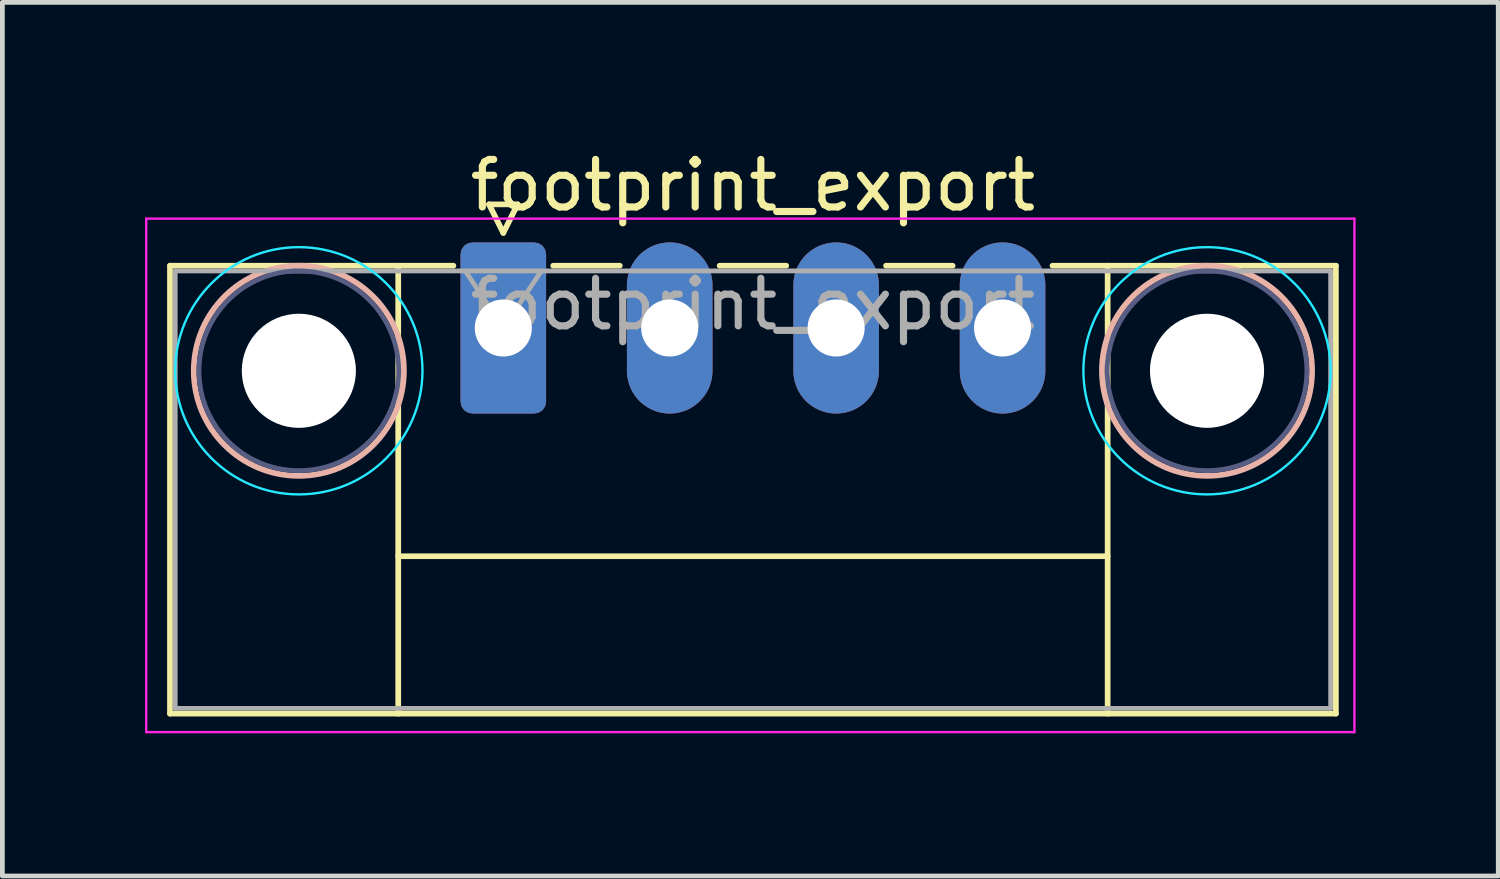
<source format=kicad_pcb>
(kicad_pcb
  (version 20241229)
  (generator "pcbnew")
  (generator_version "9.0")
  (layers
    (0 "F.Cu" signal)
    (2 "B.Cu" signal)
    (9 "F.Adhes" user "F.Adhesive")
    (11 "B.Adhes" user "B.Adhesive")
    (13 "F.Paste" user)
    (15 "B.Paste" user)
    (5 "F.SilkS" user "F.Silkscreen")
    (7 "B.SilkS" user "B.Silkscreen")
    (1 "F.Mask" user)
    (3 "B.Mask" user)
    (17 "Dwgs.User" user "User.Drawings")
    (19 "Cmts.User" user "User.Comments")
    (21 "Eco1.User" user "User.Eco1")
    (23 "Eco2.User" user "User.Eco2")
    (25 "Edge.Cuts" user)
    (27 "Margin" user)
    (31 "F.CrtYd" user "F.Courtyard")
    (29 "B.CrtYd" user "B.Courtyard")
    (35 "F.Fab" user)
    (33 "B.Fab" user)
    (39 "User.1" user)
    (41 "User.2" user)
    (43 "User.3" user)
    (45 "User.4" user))
  (footprint "footprint_export"
    (layer "F.Cu")
    (at 7.535 3.848)
    (property "Reference" "footprint_export" (at 5.25 -3 0) (layer "F.SilkS") (effects (font (size 1 1) (thickness 0.15))))
    (attr through_hole)
    (fp_line (start -7.01 -1.31) (end -7.01 8.11) (stroke (width 0.12) (type solid)) (layer "F.SilkS"))
    (fp_line (start -7.01 -1.31) (end -1.05 -1.31) (stroke (width 0.12) (type solid)) (layer "F.SilkS"))
    (fp_line (start -7.01 8.11) (end 17.51 8.11) (stroke (width 0.12) (type solid)) (layer "F.SilkS"))
    (fp_line (start -2.21 -1.31) (end -2.21 8.11) (stroke (width 0.12) (type solid)) (layer "F.SilkS"))
    (fp_line (start -2.21 4.8) (end 12.71 4.8) (stroke (width 0.12) (type solid)) (layer "F.SilkS"))
    (fp_line (start -0.3 -2.6) (end 0.3 -2.6) (stroke (width 0.12) (type solid)) (layer "F.SilkS"))
    (fp_line (start 0 -2) (end -0.3 -2.6) (stroke (width 0.12) (type solid)) (layer "F.SilkS"))
    (fp_line (start 0.3 -2.6) (end 0 -2) (stroke (width 0.12) (type solid)) (layer "F.SilkS"))
    (fp_line (start 1.05 -1.31) (end 2.45 -1.31) (stroke (width 0.12) (type solid)) (layer "F.SilkS"))
    (fp_line (start 4.55 -1.31) (end 5.95 -1.31) (stroke (width 0.12) (type solid)) (layer "F.SilkS"))
    (fp_line (start 8.05 -1.31) (end 9.45 -1.31) (stroke (width 0.12) (type solid)) (layer "F.SilkS"))
    (fp_line (start 12.71 -1.31) (end 12.71 8.11) (stroke (width 0.12) (type solid)) (layer "F.SilkS"))
    (fp_line (start 17.51 -1.31) (end 11.55 -1.31) (stroke (width 0.12) (type solid)) (layer "F.SilkS"))
    (fp_line (start 17.51 8.11) (end 17.51 -1.31) (stroke (width 0.12) (type solid)) (layer "F.SilkS"))
    (fp_circle (center -4.3 0.9) (end -2.09 0.9) (stroke (width 0.12) (type solid)) (fill no) (layer "B.SilkS"))
    (fp_circle (center 14.8 0.9) (end 17.01 0.9) (stroke (width 0.12) (type solid)) (fill no) (layer "B.SilkS"))
    (fp_circle (center -4.3 0.9) (end -1.7 0.9) (stroke (width 0.05) (type solid)) (fill no) (layer "B.CrtYd"))
    (fp_circle (center 14.8 0.9) (end 17.4 0.9) (stroke (width 0.05) (type solid)) (fill no) (layer "B.CrtYd"))
    (fp_line (start -7.51 -2.3) (end -7.51 8.5) (stroke (width 0.05) (type solid)) (layer "F.CrtYd"))
    (fp_line (start -7.51 8.5) (end 17.9 8.5) (stroke (width 0.05) (type solid)) (layer "F.CrtYd"))
    (fp_line (start 17.9 -2.3) (end -7.51 -2.3) (stroke (width 0.05) (type solid)) (layer "F.CrtYd"))
    (fp_line (start 17.9 8.5) (end 17.9 -2.3) (stroke (width 0.05) (type solid)) (layer "F.CrtYd"))
    (fp_circle (center -4.3 0.9) (end -2.2 0.9) (stroke (width 0.1) (type solid)) (fill no) (layer "B.Fab"))
    (fp_circle (center 14.8 0.9) (end 16.9 0.9) (stroke (width 0.1) (type solid)) (fill no) (layer "B.Fab"))
    (fp_line (start -6.9 -1.2) (end -6.9 8) (stroke (width 0.1) (type solid)) (layer "F.Fab"))
    (fp_line (start -6.9 8) (end 17.4 8) (stroke (width 0.1) (type solid)) (layer "F.Fab"))
    (fp_line (start 0 0) (end -0.8 -1.2) (stroke (width 0.1) (type solid)) (layer "F.Fab"))
    (fp_line (start 0.8 -1.2) (end 0 0) (stroke (width 0.1) (type solid)) (layer "F.Fab"))
    (fp_line (start 17.4 -1.2) (end -6.9 -1.2) (stroke (width 0.1) (type solid)) (layer "F.Fab"))
    (fp_line (start 17.4 8) (end 17.4 -1.2) (stroke (width 0.1) (type solid)) (layer "F.Fab"))
    (fp_text user "${REFERENCE}" (at 5.25 -0.5 0) (layer "F.Fab") (effects (font (size 1 1) (thickness 0.15))))
    (pad "" np_thru_hole circle (at -4.3 0.9) (size 2.4 2.4) (drill 2.4) (layers "*.Cu" "*.Mask"))
    (pad "" np_thru_hole circle (at 14.8 0.9) (size 2.4 2.4) (drill 2.4) (layers "*.Cu" "*.Mask"))
    (pad "1" thru_hole roundrect (at 0 0) (size 1.8 3.6) (drill 1.2) (layers "*.Cu" "*.Mask") (roundrect_rratio 0.139))
    (pad "2" thru_hole oval (at 3.5 0) (size 1.8 3.6) (drill 1.2) (layers "*.Cu" "*.Mask"))
    (pad "3" thru_hole oval (at 7 0) (size 1.8 3.6) (drill 1.2) (layers "*.Cu" "*.Mask"))
    (pad "4" thru_hole oval (at 10.5 0) (size 1.8 3.6) (drill 1.2) (layers "*.Cu" "*.Mask")))
  (gr_rect
    (start -3 -3)
    (end 28.46 15.373)
    (stroke (width 0.1) (type default))
    (fill no)
    (layer "Edge.Cuts")))
</source>
